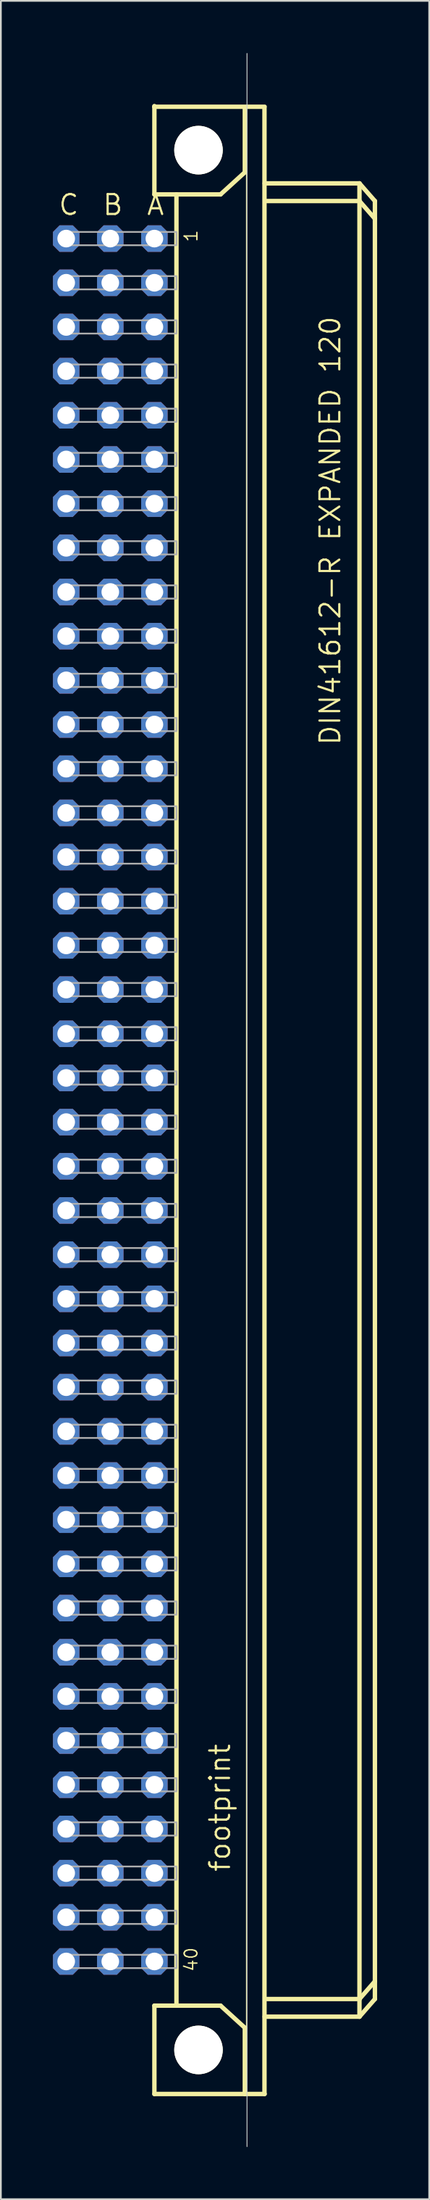
<source format=kicad_pcb>
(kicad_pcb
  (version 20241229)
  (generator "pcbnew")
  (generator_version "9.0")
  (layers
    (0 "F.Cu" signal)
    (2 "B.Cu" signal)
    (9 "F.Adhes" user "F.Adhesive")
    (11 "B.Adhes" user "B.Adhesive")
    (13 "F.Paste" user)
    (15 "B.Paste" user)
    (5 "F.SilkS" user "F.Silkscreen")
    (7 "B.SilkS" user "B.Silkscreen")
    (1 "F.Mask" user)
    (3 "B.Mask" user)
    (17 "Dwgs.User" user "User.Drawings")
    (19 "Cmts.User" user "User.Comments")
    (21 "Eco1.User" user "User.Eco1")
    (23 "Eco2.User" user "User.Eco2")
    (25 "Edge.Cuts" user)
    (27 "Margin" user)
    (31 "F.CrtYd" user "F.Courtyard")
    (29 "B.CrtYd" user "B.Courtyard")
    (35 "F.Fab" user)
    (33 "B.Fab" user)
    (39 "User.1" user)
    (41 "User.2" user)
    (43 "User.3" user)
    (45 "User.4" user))
  (footprint "footprint"
    (layer "F.Cu")
    (at 8.382 60.198)
    (property "Reference" "footprint" (at 1.905 44.45 90) (layer "F.SilkS") (effects (font (size 1.143 1.143) (thickness 0.127)) (justify left bottom)))
    (fp_line (start -2.54 -57.15) (end -2.54 -57.11) (stroke (width 0.254) (type solid)) (layer "F.SilkS"))
    (fp_line (start -2.54 -57.11) (end -2.54 -52.07) (stroke (width 0.254) (type solid)) (layer "F.SilkS"))
    (fp_line (start -2.54 -57.11) (end 3.81 -57.11) (stroke (width 0.254) (type solid)) (layer "F.SilkS"))
    (fp_line (start -2.54 -52.07) (end -1.27 -52.07) (stroke (width 0.254) (type solid)) (layer "F.SilkS"))
    (fp_line (start -2.54 52.07) (end -1.27 52.07) (stroke (width 0.254) (type solid)) (layer "F.SilkS"))
    (fp_line (start -2.54 57.15) (end -2.54 52.07) (stroke (width 0.254) (type solid)) (layer "F.SilkS"))
    (fp_line (start -2.54 57.15) (end 2.667 57.15) (stroke (width 0.254) (type solid)) (layer "F.SilkS"))
    (fp_line (start -1.27 -52.07) (end -1.27 52.07) (stroke (width 0.254) (type solid)) (layer "F.SilkS"))
    (fp_line (start -1.27 -52.07) (end 1.27 -52.07) (stroke (width 0.254) (type solid)) (layer "F.SilkS"))
    (fp_line (start -1.27 52.07) (end 1.27 52.07) (stroke (width 0.254) (type solid)) (layer "F.SilkS"))
    (fp_line (start 1.27 -52.07) (end 2.667 -53.34) (stroke (width 0.254) (type solid)) (layer "F.SilkS"))
    (fp_line (start 1.27 52.07) (end 2.667 53.34) (stroke (width 0.254) (type solid)) (layer "F.SilkS"))
    (fp_line (start 2.667 -53.34) (end 2.667 -57.023) (stroke (width 0.254) (type solid)) (layer "F.SilkS"))
    (fp_line (start 2.667 53.34) (end 2.667 57.15) (stroke (width 0.254) (type solid)) (layer "F.SilkS"))
    (fp_line (start 2.667 57.15) (end 3.81 57.15) (stroke (width 0.254) (type solid)) (layer "F.SilkS"))
    (fp_line (start 2.76 -57.02) (end 2.76 57.147) (stroke (width 0.051) (type solid)) (layer "F.SilkS"))
    (fp_line (start 3.8 57.147) (end 3.8 -57.02) (stroke (width 0.254) (type solid)) (layer "F.SilkS"))
    (fp_line (start 3.81 -52.705) (end 9.271 -52.705) (stroke (width 0.254) (type solid)) (layer "F.SilkS"))
    (fp_line (start 3.937 51.689) (end 9.271 51.689) (stroke (width 0.254) (type solid)) (layer "F.SilkS"))
    (fp_line (start 9.271 -51.689) (end 3.937 -51.689) (stroke (width 0.254) (type solid)) (layer "F.SilkS"))
    (fp_line (start 9.271 -51.689) (end 9.271 -52.705) (stroke (width 0.254) (type solid)) (layer "F.SilkS"))
    (fp_line (start 9.271 51.689) (end 9.271 -51.689) (stroke (width 0.254) (type solid)) (layer "F.SilkS"))
    (fp_line (start 9.271 51.689) (end 10.16 50.673) (stroke (width 0.254) (type solid)) (layer "F.SilkS"))
    (fp_line (start 9.271 52.705) (end 3.81 52.705) (stroke (width 0.254) (type solid)) (layer "F.SilkS"))
    (fp_line (start 9.271 52.705) (end 9.271 51.689) (stroke (width 0.254) (type solid)) (layer "F.SilkS"))
    (fp_line (start 9.271 52.705) (end 10.16 51.689) (stroke (width 0.254) (type solid)) (layer "F.SilkS"))
    (fp_line (start 10.16 -51.689) (end 9.271 -52.705) (stroke (width 0.254) (type solid)) (layer "F.SilkS"))
    (fp_line (start 10.16 -50.673) (end 9.271 -51.689) (stroke (width 0.254) (type solid)) (layer "F.SilkS"))
    (fp_line (start 10.16 -50.673) (end 10.16 -51.689) (stroke (width 0.254) (type solid)) (layer "F.SilkS"))
    (fp_line (start 10.16 50.673) (end 10.16 -50.673) (stroke (width 0.254) (type solid)) (layer "F.SilkS"))
    (fp_line (start 10.16 51.689) (end 10.16 50.673) (stroke (width 0.254) (type solid)) (layer "F.SilkS"))
    (fp_circle (center 0 -54.616) (end 1.27 -54.616) (stroke (width 0.254) (type solid)) (fill no) (layer "F.SilkS"))
    (fp_circle (center 0 54.616) (end 1.27 54.616) (stroke (width 0.254) (type solid)) (fill no) (layer "F.SilkS"))
    (fp_line (start 2.794 60.173) (end 2.794 -60.173) (stroke (width 0.05) (type solid)) (layer "Edge.Cuts"))
    (fp_poly (pts (xy -7.874 -49.149) (xy -1.27 -49.149) (xy -1.27 -49.911) (xy -7.874 -49.911)) (stroke (width 0.1) (type solid)) (fill no) (layer "F.Fab"))
    (fp_poly (pts (xy -7.874 -46.609) (xy -1.27 -46.609) (xy -1.27 -47.371) (xy -7.874 -47.371)) (stroke (width 0.1) (type solid)) (fill no) (layer "F.Fab"))
    (fp_poly (pts (xy -7.874 -44.069) (xy -1.27 -44.069) (xy -1.27 -44.831) (xy -7.874 -44.831)) (stroke (width 0.1) (type solid)) (fill no) (layer "F.Fab"))
    (fp_poly (pts (xy -7.874 -41.529) (xy -1.27 -41.529) (xy -1.27 -42.291) (xy -7.874 -42.291)) (stroke (width 0.1) (type solid)) (fill no) (layer "F.Fab"))
    (fp_poly (pts (xy -7.874 -38.989) (xy -1.27 -38.989) (xy -1.27 -39.751) (xy -7.874 -39.751)) (stroke (width 0.1) (type solid)) (fill no) (layer "F.Fab"))
    (fp_poly (pts (xy -7.874 -36.449) (xy -1.27 -36.449) (xy -1.27 -37.211) (xy -7.874 -37.211)) (stroke (width 0.1) (type solid)) (fill no) (layer "F.Fab"))
    (fp_poly (pts (xy -7.874 -33.909) (xy -1.27 -33.909) (xy -1.27 -34.671) (xy -7.874 -34.671)) (stroke (width 0.1) (type solid)) (fill no) (layer "F.Fab"))
    (fp_poly (pts (xy -7.874 -31.369) (xy -1.27 -31.369) (xy -1.27 -32.131) (xy -7.874 -32.131)) (stroke (width 0.1) (type solid)) (fill no) (layer "F.Fab"))
    (fp_poly (pts (xy -7.874 -28.829) (xy -1.27 -28.829) (xy -1.27 -29.591) (xy -7.874 -29.591)) (stroke (width 0.1) (type solid)) (fill no) (layer "F.Fab"))
    (fp_poly (pts (xy -7.874 -26.289) (xy -1.27 -26.289) (xy -1.27 -27.051) (xy -7.874 -27.051)) (stroke (width 0.1) (type solid)) (fill no) (layer "F.Fab"))
    (fp_poly (pts (xy -7.874 -23.749) (xy -1.27 -23.749) (xy -1.27 -24.511) (xy -7.874 -24.511)) (stroke (width 0.1) (type solid)) (fill no) (layer "F.Fab"))
    (fp_poly (pts (xy -7.874 -21.209) (xy -1.27 -21.209) (xy -1.27 -21.971) (xy -7.874 -21.971)) (stroke (width 0.1) (type solid)) (fill no) (layer "F.Fab"))
    (fp_poly (pts (xy -7.874 -18.669) (xy -1.27 -18.669) (xy -1.27 -19.431) (xy -7.874 -19.431)) (stroke (width 0.1) (type solid)) (fill no) (layer "F.Fab"))
    (fp_poly (pts (xy -7.874 -16.129) (xy -1.27 -16.129) (xy -1.27 -16.891) (xy -7.874 -16.891)) (stroke (width 0.1) (type solid)) (fill no) (layer "F.Fab"))
    (fp_poly (pts (xy -7.874 -13.589) (xy -1.27 -13.589) (xy -1.27 -14.351) (xy -7.874 -14.351)) (stroke (width 0.1) (type solid)) (fill no) (layer "F.Fab"))
    (fp_poly (pts (xy -7.874 -11.049) (xy -1.27 -11.049) (xy -1.27 -11.811) (xy -7.874 -11.811)) (stroke (width 0.1) (type solid)) (fill no) (layer "F.Fab"))
    (fp_poly (pts (xy -7.874 -8.509) (xy -1.27 -8.509) (xy -1.27 -9.271) (xy -7.874 -9.271)) (stroke (width 0.1) (type solid)) (fill no) (layer "F.Fab"))
    (fp_poly (pts (xy -7.874 -5.969) (xy -1.27 -5.969) (xy -1.27 -6.731) (xy -7.874 -6.731)) (stroke (width 0.1) (type solid)) (fill no) (layer "F.Fab"))
    (fp_poly (pts (xy -7.874 -3.429) (xy -1.27 -3.429) (xy -1.27 -4.191) (xy -7.874 -4.191)) (stroke (width 0.1) (type solid)) (fill no) (layer "F.Fab"))
    (fp_poly (pts (xy -7.874 -0.889) (xy -1.27 -0.889) (xy -1.27 -1.651) (xy -7.874 -1.651)) (stroke (width 0.1) (type solid)) (fill no) (layer "F.Fab"))
    (fp_poly (pts (xy -7.874 1.651) (xy -1.27 1.651) (xy -1.27 0.889) (xy -7.874 0.889)) (stroke (width 0.1) (type solid)) (fill no) (layer "F.Fab"))
    (fp_poly (pts (xy -7.874 4.191) (xy -1.27 4.191) (xy -1.27 3.429) (xy -7.874 3.429)) (stroke (width 0.1) (type solid)) (fill no) (layer "F.Fab"))
    (fp_poly (pts (xy -7.874 6.731) (xy -1.27 6.731) (xy -1.27 5.969) (xy -7.874 5.969)) (stroke (width 0.1) (type solid)) (fill no) (layer "F.Fab"))
    (fp_poly (pts (xy -7.874 9.271) (xy -1.27 9.271) (xy -1.27 8.509) (xy -7.874 8.509)) (stroke (width 0.1) (type solid)) (fill no) (layer "F.Fab"))
    (fp_poly (pts (xy -7.874 11.811) (xy -1.27 11.811) (xy -1.27 11.049) (xy -7.874 11.049)) (stroke (width 0.1) (type solid)) (fill no) (layer "F.Fab"))
    (fp_poly (pts (xy -7.874 14.351) (xy -1.27 14.351) (xy -1.27 13.589) (xy -7.874 13.589)) (stroke (width 0.1) (type solid)) (fill no) (layer "F.Fab"))
    (fp_poly (pts (xy -7.874 16.891) (xy -1.27 16.891) (xy -1.27 16.129) (xy -7.874 16.129)) (stroke (width 0.1) (type solid)) (fill no) (layer "F.Fab"))
    (fp_poly (pts (xy -7.874 19.431) (xy -1.27 19.431) (xy -1.27 18.669) (xy -7.874 18.669)) (stroke (width 0.1) (type solid)) (fill no) (layer "F.Fab"))
    (fp_poly (pts (xy -7.874 21.971) (xy -1.27 21.971) (xy -1.27 21.209) (xy -7.874 21.209)) (stroke (width 0.1) (type solid)) (fill no) (layer "F.Fab"))
    (fp_poly (pts (xy -7.874 24.511) (xy -1.27 24.511) (xy -1.27 23.749) (xy -7.874 23.749)) (stroke (width 0.1) (type solid)) (fill no) (layer "F.Fab"))
    (fp_poly (pts (xy -7.874 27.051) (xy -1.27 27.051) (xy -1.27 26.289) (xy -7.874 26.289)) (stroke (width 0.1) (type solid)) (fill no) (layer "F.Fab"))
    (fp_poly (pts (xy -7.874 29.591) (xy -1.27 29.591) (xy -1.27 28.829) (xy -7.874 28.829)) (stroke (width 0.1) (type solid)) (fill no) (layer "F.Fab"))
    (fp_poly (pts (xy -7.874 32.131) (xy -1.27 32.131) (xy -1.27 31.369) (xy -7.874 31.369)) (stroke (width 0.1) (type solid)) (fill no) (layer "F.Fab"))
    (fp_poly (pts (xy -7.874 34.671) (xy -1.27 34.671) (xy -1.27 33.909) (xy -7.874 33.909)) (stroke (width 0.1) (type solid)) (fill no) (layer "F.Fab"))
    (fp_poly (pts (xy -7.874 37.211) (xy -1.27 37.211) (xy -1.27 36.449) (xy -7.874 36.449)) (stroke (width 0.1) (type solid)) (fill no) (layer "F.Fab"))
    (fp_poly (pts (xy -7.874 39.751) (xy -1.27 39.751) (xy -1.27 38.989) (xy -7.874 38.989)) (stroke (width 0.1) (type solid)) (fill no) (layer "F.Fab"))
    (fp_poly (pts (xy -7.874 42.291) (xy -1.27 42.291) (xy -1.27 41.529) (xy -7.874 41.529)) (stroke (width 0.1) (type solid)) (fill no) (layer "F.Fab"))
    (fp_poly (pts (xy -7.874 44.831) (xy -1.27 44.831) (xy -1.27 44.069) (xy -7.874 44.069)) (stroke (width 0.1) (type solid)) (fill no) (layer "F.Fab"))
    (fp_poly (pts (xy -7.874 47.371) (xy -1.27 47.371) (xy -1.27 46.609) (xy -7.874 46.609)) (stroke (width 0.1) (type solid)) (fill no) (layer "F.Fab"))
    (fp_poly (pts (xy -7.874 49.911) (xy -1.27 49.911) (xy -1.27 49.149) (xy -7.874 49.149)) (stroke (width 0.1) (type solid)) (fill no) (layer "F.Fab"))
    (fp_text user "B" (at -5.588 -50.8 0) (layer "F.SilkS") (effects (font (size 1.143 1.143) (thickness 0.127)) (justify left bottom)))
    (fp_text user "DIN41612-R EXPANDED 120" (at 8.255 -20.32 90) (layer "F.SilkS") (effects (font (size 1.143 1.143) (thickness 0.127)) (justify left bottom)))
    (fp_text user "40" (at 0 50.165 90) (layer "F.SilkS") (effects (font (size 0.732 0.732) (thickness 0.081)) (justify left bottom)))
    (fp_text user "C" (at -8.128 -50.8 0) (layer "F.SilkS") (effects (font (size 1.143 1.143) (thickness 0.127)) (justify left bottom)))
    (fp_text user "A" (at -3.048 -50.8 0) (layer "F.SilkS") (effects (font (size 1.143 1.143) (thickness 0.127)) (justify left bottom)))
    (fp_text user "1" (at 0 -49.276 90) (layer "F.SilkS") (effects (font (size 0.732 0.732) (thickness 0.081)) (justify left bottom)))
    (pad "" np_thru_hole circle (at 0 -54.616) (size 2.794 2.794) (drill 2.794) (layers "*.Cu" "*.Mask"))
    (pad "" np_thru_hole circle (at 0 54.616) (size 2.794 2.794) (drill 2.794) (layers "*.Cu" "*.Mask"))
    (pad "A1" thru_hole roundrect (at -2.54 -49.53) (size 1.524 1.524) (drill 1.016) (layers "*.Cu" "*.Mask") (roundrect_rratio 0.25) (chamfer_ratio 0.25) (chamfer top_left top_right bottom_left bottom_right))
    (pad "A2" thru_hole roundrect (at -2.54 -46.99) (size 1.524 1.524) (drill 1.016) (layers "*.Cu" "*.Mask") (roundrect_rratio 0.25) (chamfer_ratio 0.25) (chamfer top_left top_right bottom_left bottom_right))
    (pad "A3" thru_hole roundrect (at -2.54 -44.45) (size 1.524 1.524) (drill 1.016) (layers "*.Cu" "*.Mask") (roundrect_rratio 0.25) (chamfer_ratio 0.25) (chamfer top_left top_right bottom_left bottom_right))
    (pad "A4" thru_hole roundrect (at -2.54 -41.91) (size 1.524 1.524) (drill 1.016) (layers "*.Cu" "*.Mask") (roundrect_rratio 0.25) (chamfer_ratio 0.25) (chamfer top_left top_right bottom_left bottom_right))
    (pad "A5" thru_hole roundrect (at -2.54 -39.37) (size 1.524 1.524) (drill 1.016) (layers "*.Cu" "*.Mask") (roundrect_rratio 0.25) (chamfer_ratio 0.25) (chamfer top_left top_right bottom_left bottom_right))
    (pad "A6" thru_hole roundrect (at -2.54 -36.83) (size 1.524 1.524) (drill 1.016) (layers "*.Cu" "*.Mask") (roundrect_rratio 0.25) (chamfer_ratio 0.25) (chamfer top_left top_right bottom_left bottom_right))
    (pad "A7" thru_hole roundrect (at -2.54 -34.29) (size 1.524 1.524) (drill 1.016) (layers "*.Cu" "*.Mask") (roundrect_rratio 0.25) (chamfer_ratio 0.25) (chamfer top_left top_right bottom_left bottom_right))
    (pad "A8" thru_hole roundrect (at -2.54 -31.75) (size 1.524 1.524) (drill 1.016) (layers "*.Cu" "*.Mask") (roundrect_rratio 0.25) (chamfer_ratio 0.25) (chamfer top_left top_right bottom_left bottom_right))
    (pad "A9" thru_hole roundrect (at -2.54 -29.21) (size 1.524 1.524) (drill 1.016) (layers "*.Cu" "*.Mask") (roundrect_rratio 0.25) (chamfer_ratio 0.25) (chamfer top_left top_right bottom_left bottom_right))
    (pad "A10" thru_hole roundrect (at -2.54 -26.67) (size 1.524 1.524) (drill 1.016) (layers "*.Cu" "*.Mask") (roundrect_rratio 0.25) (chamfer_ratio 0.25) (chamfer top_left top_right bottom_left bottom_right))
    (pad "A11" thru_hole roundrect (at -2.54 -24.13) (size 1.524 1.524) (drill 1.016) (layers "*.Cu" "*.Mask") (roundrect_rratio 0.25) (chamfer_ratio 0.25) (chamfer top_left top_right bottom_left bottom_right))
    (pad "A12" thru_hole roundrect (at -2.54 -21.59) (size 1.524 1.524) (drill 1.016) (layers "*.Cu" "*.Mask") (roundrect_rratio 0.25) (chamfer_ratio 0.25) (chamfer top_left top_right bottom_left bottom_right))
    (pad "A13" thru_hole roundrect (at -2.54 -19.05) (size 1.524 1.524) (drill 1.016) (layers "*.Cu" "*.Mask") (roundrect_rratio 0.25) (chamfer_ratio 0.25) (chamfer top_left top_right bottom_left bottom_right))
    (pad "A14" thru_hole roundrect (at -2.54 -16.51) (size 1.524 1.524) (drill 1.016) (layers "*.Cu" "*.Mask") (roundrect_rratio 0.25) (chamfer_ratio 0.25) (chamfer top_left top_right bottom_left bottom_right))
    (pad "A15" thru_hole roundrect (at -2.54 -13.97) (size 1.524 1.524) (drill 1.016) (layers "*.Cu" "*.Mask") (roundrect_rratio 0.25) (chamfer_ratio 0.25) (chamfer top_left top_right bottom_left bottom_right))
    (pad "A16" thru_hole roundrect (at -2.54 -11.43) (size 1.524 1.524) (drill 1.016) (layers "*.Cu" "*.Mask") (roundrect_rratio 0.25) (chamfer_ratio 0.25) (chamfer top_left top_right bottom_left bottom_right))
    (pad "A17" thru_hole roundrect (at -2.54 -8.89) (size 1.524 1.524) (drill 1.016) (layers "*.Cu" "*.Mask") (roundrect_rratio 0.25) (chamfer_ratio 0.25) (chamfer top_left top_right bottom_left bottom_right))
    (pad "A18" thru_hole roundrect (at -2.54 -6.35) (size 1.524 1.524) (drill 1.016) (layers "*.Cu" "*.Mask") (roundrect_rratio 0.25) (chamfer_ratio 0.25) (chamfer top_left top_right bottom_left bottom_right))
    (pad "A19" thru_hole roundrect (at -2.54 -3.81) (size 1.524 1.524) (drill 1.016) (layers "*.Cu" "*.Mask") (roundrect_rratio 0.25) (chamfer_ratio 0.25) (chamfer top_left top_right bottom_left bottom_right))
    (pad "A20" thru_hole roundrect (at -2.54 -1.27) (size 1.524 1.524) (drill 1.016) (layers "*.Cu" "*.Mask") (roundrect_rratio 0.25) (chamfer_ratio 0.25) (chamfer top_left top_right bottom_left bottom_right))
    (pad "A21" thru_hole roundrect (at -2.54 1.27) (size 1.524 1.524) (drill 1.016) (layers "*.Cu" "*.Mask") (roundrect_rratio 0.25) (chamfer_ratio 0.25) (chamfer top_left top_right bottom_left bottom_right))
    (pad "A22" thru_hole roundrect (at -2.54 3.81) (size 1.524 1.524) (drill 1.016) (layers "*.Cu" "*.Mask") (roundrect_rratio 0.25) (chamfer_ratio 0.25) (chamfer top_left top_right bottom_left bottom_right))
    (pad "A23" thru_hole roundrect (at -2.54 6.35) (size 1.524 1.524) (drill 1.016) (layers "*.Cu" "*.Mask") (roundrect_rratio 0.25) (chamfer_ratio 0.25) (chamfer top_left top_right bottom_left bottom_right))
    (pad "A24" thru_hole roundrect (at -2.54 8.89) (size 1.524 1.524) (drill 1.016) (layers "*.Cu" "*.Mask") (roundrect_rratio 0.25) (chamfer_ratio 0.25) (chamfer top_left top_right bottom_left bottom_right))
    (pad "A25" thru_hole roundrect (at -2.54 11.43) (size 1.524 1.524) (drill 1.016) (layers "*.Cu" "*.Mask") (roundrect_rratio 0.25) (chamfer_ratio 0.25) (chamfer top_left top_right bottom_left bottom_right))
    (pad "A26" thru_hole roundrect (at -2.54 13.97) (size 1.524 1.524) (drill 1.016) (layers "*.Cu" "*.Mask") (roundrect_rratio 0.25) (chamfer_ratio 0.25) (chamfer top_left top_right bottom_left bottom_right))
    (pad "A27" thru_hole roundrect (at -2.54 16.51) (size 1.524 1.524) (drill 1.016) (layers "*.Cu" "*.Mask") (roundrect_rratio 0.25) (chamfer_ratio 0.25) (chamfer top_left top_right bottom_left bottom_right))
    (pad "A28" thru_hole roundrect (at -2.54 19.05) (size 1.524 1.524) (drill 1.016) (layers "*.Cu" "*.Mask") (roundrect_rratio 0.25) (chamfer_ratio 0.25) (chamfer top_left top_right bottom_left bottom_right))
    (pad "A29" thru_hole roundrect (at -2.54 21.59) (size 1.524 1.524) (drill 1.016) (layers "*.Cu" "*.Mask") (roundrect_rratio 0.25) (chamfer_ratio 0.25) (chamfer top_left top_right bottom_left bottom_right))
    (pad "A30" thru_hole roundrect (at -2.54 24.13) (size 1.524 1.524) (drill 1.016) (layers "*.Cu" "*.Mask") (roundrect_rratio 0.25) (chamfer_ratio 0.25) (chamfer top_left top_right bottom_left bottom_right))
    (pad "A31" thru_hole roundrect (at -2.54 26.67) (size 1.524 1.524) (drill 1.016) (layers "*.Cu" "*.Mask") (roundrect_rratio 0.25) (chamfer_ratio 0.25) (chamfer top_left top_right bottom_left bottom_right))
    (pad "A32" thru_hole roundrect (at -2.54 29.21) (size 1.524 1.524) (drill 1.016) (layers "*.Cu" "*.Mask") (roundrect_rratio 0.25) (chamfer_ratio 0.25) (chamfer top_left top_right bottom_left bottom_right))
    (pad "A33" thru_hole roundrect (at -2.54 31.75) (size 1.524 1.524) (drill 1.016) (layers "*.Cu" "*.Mask") (roundrect_rratio 0.25) (chamfer_ratio 0.25) (chamfer top_left top_right bottom_left bottom_right))
    (pad "A34" thru_hole roundrect (at -2.54 34.29) (size 1.524 1.524) (drill 1.016) (layers "*.Cu" "*.Mask") (roundrect_rratio 0.25) (chamfer_ratio 0.25) (chamfer top_left top_right bottom_left bottom_right))
    (pad "A35" thru_hole roundrect (at -2.54 36.83) (size 1.524 1.524) (drill 1.016) (layers "*.Cu" "*.Mask") (roundrect_rratio 0.25) (chamfer_ratio 0.25) (chamfer top_left top_right bottom_left bottom_right))
    (pad "A36" thru_hole roundrect (at -2.54 39.37) (size 1.524 1.524) (drill 1.016) (layers "*.Cu" "*.Mask") (roundrect_rratio 0.25) (chamfer_ratio 0.25) (chamfer top_left top_right bottom_left bottom_right))
    (pad "A37" thru_hole roundrect (at -2.54 41.91) (size 1.524 1.524) (drill 1.016) (layers "*.Cu" "*.Mask") (roundrect_rratio 0.25) (chamfer_ratio 0.25) (chamfer top_left top_right bottom_left bottom_right))
    (pad "A38" thru_hole roundrect (at -2.54 44.45) (size 1.524 1.524) (drill 1.016) (layers "*.Cu" "*.Mask") (roundrect_rratio 0.25) (chamfer_ratio 0.25) (chamfer top_left top_right bottom_left bottom_right))
    (pad "A39" thru_hole roundrect (at -2.54 46.99) (size 1.524 1.524) (drill 1.016) (layers "*.Cu" "*.Mask") (roundrect_rratio 0.25) (chamfer_ratio 0.25) (chamfer top_left top_right bottom_left bottom_right))
    (pad "A40" thru_hole roundrect (at -2.54 49.53) (size 1.524 1.524) (drill 1.016) (layers "*.Cu" "*.Mask") (roundrect_rratio 0.25) (chamfer_ratio 0.25) (chamfer top_left top_right bottom_left bottom_right))
    (pad "B1" thru_hole roundrect (at -5.08 -49.53) (size 1.524 1.524) (drill 1.016) (layers "*.Cu" "*.Mask") (roundrect_rratio 0.25) (chamfer_ratio 0.25) (chamfer top_left top_right bottom_left bottom_right))
    (pad "B2" thru_hole roundrect (at -5.08 -46.99) (size 1.524 1.524) (drill 1.016) (layers "*.Cu" "*.Mask") (roundrect_rratio 0.25) (chamfer_ratio 0.25) (chamfer top_left top_right bottom_left bottom_right))
    (pad "B3" thru_hole roundrect (at -5.08 -44.45) (size 1.524 1.524) (drill 1.016) (layers "*.Cu" "*.Mask") (roundrect_rratio 0.25) (chamfer_ratio 0.25) (chamfer top_left top_right bottom_left bottom_right))
    (pad "B4" thru_hole roundrect (at -5.08 -41.91) (size 1.524 1.524) (drill 1.016) (layers "*.Cu" "*.Mask") (roundrect_rratio 0.25) (chamfer_ratio 0.25) (chamfer top_left top_right bottom_left bottom_right))
    (pad "B5" thru_hole roundrect (at -5.08 -39.37) (size 1.524 1.524) (drill 1.016) (layers "*.Cu" "*.Mask") (roundrect_rratio 0.25) (chamfer_ratio 0.25) (chamfer top_left top_right bottom_left bottom_right))
    (pad "B6" thru_hole roundrect (at -5.08 -36.83) (size 1.524 1.524) (drill 1.016) (layers "*.Cu" "*.Mask") (roundrect_rratio 0.25) (chamfer_ratio 0.25) (chamfer top_left top_right bottom_left bottom_right))
    (pad "B7" thru_hole roundrect (at -5.08 -34.29) (size 1.524 1.524) (drill 1.016) (layers "*.Cu" "*.Mask") (roundrect_rratio 0.25) (chamfer_ratio 0.25) (chamfer top_left top_right bottom_left bottom_right))
    (pad "B8" thru_hole roundrect (at -5.08 -31.75) (size 1.524 1.524) (drill 1.016) (layers "*.Cu" "*.Mask") (roundrect_rratio 0.25) (chamfer_ratio 0.25) (chamfer top_left top_right bottom_left bottom_right))
    (pad "B9" thru_hole roundrect (at -5.08 -29.21) (size 1.524 1.524) (drill 1.016) (layers "*.Cu" "*.Mask") (roundrect_rratio 0.25) (chamfer_ratio 0.25) (chamfer top_left top_right bottom_left bottom_right))
    (pad "B10" thru_hole roundrect (at -5.08 -26.67) (size 1.524 1.524) (drill 1.016) (layers "*.Cu" "*.Mask") (roundrect_rratio 0.25) (chamfer_ratio 0.25) (chamfer top_left top_right bottom_left bottom_right))
    (pad "B11" thru_hole roundrect (at -5.08 -24.13) (size 1.524 1.524) (drill 1.016) (layers "*.Cu" "*.Mask") (roundrect_rratio 0.25) (chamfer_ratio 0.25) (chamfer top_left top_right bottom_left bottom_right))
    (pad "B12" thru_hole roundrect (at -5.08 -21.59) (size 1.524 1.524) (drill 1.016) (layers "*.Cu" "*.Mask") (roundrect_rratio 0.25) (chamfer_ratio 0.25) (chamfer top_left top_right bottom_left bottom_right))
    (pad "B13" thru_hole roundrect (at -5.08 -19.05) (size 1.524 1.524) (drill 1.016) (layers "*.Cu" "*.Mask") (roundrect_rratio 0.25) (chamfer_ratio 0.25) (chamfer top_left top_right bottom_left bottom_right))
    (pad "B14" thru_hole roundrect (at -5.08 -16.51) (size 1.524 1.524) (drill 1.016) (layers "*.Cu" "*.Mask") (roundrect_rratio 0.25) (chamfer_ratio 0.25) (chamfer top_left top_right bottom_left bottom_right))
    (pad "B15" thru_hole roundrect (at -5.08 -13.97) (size 1.524 1.524) (drill 1.016) (layers "*.Cu" "*.Mask") (roundrect_rratio 0.25) (chamfer_ratio 0.25) (chamfer top_left top_right bottom_left bottom_right))
    (pad "B16" thru_hole roundrect (at -5.08 -11.43) (size 1.524 1.524) (drill 1.016) (layers "*.Cu" "*.Mask") (roundrect_rratio 0.25) (chamfer_ratio 0.25) (chamfer top_left top_right bottom_left bottom_right))
    (pad "B17" thru_hole roundrect (at -5.08 -8.89) (size 1.524 1.524) (drill 1.016) (layers "*.Cu" "*.Mask") (roundrect_rratio 0.25) (chamfer_ratio 0.25) (chamfer top_left top_right bottom_left bottom_right))
    (pad "B18" thru_hole roundrect (at -5.08 -6.35) (size 1.524 1.524) (drill 1.016) (layers "*.Cu" "*.Mask") (roundrect_rratio 0.25) (chamfer_ratio 0.25) (chamfer top_left top_right bottom_left bottom_right))
    (pad "B19" thru_hole roundrect (at -5.08 -3.81) (size 1.524 1.524) (drill 1.016) (layers "*.Cu" "*.Mask") (roundrect_rratio 0.25) (chamfer_ratio 0.25) (chamfer top_left top_right bottom_left bottom_right))
    (pad "B20" thru_hole roundrect (at -5.08 -1.27) (size 1.524 1.524) (drill 1.016) (layers "*.Cu" "*.Mask") (roundrect_rratio 0.25) (chamfer_ratio 0.25) (chamfer top_left top_right bottom_left bottom_right))
    (pad "B21" thru_hole roundrect (at -5.08 1.27) (size 1.524 1.524) (drill 1.016) (layers "*.Cu" "*.Mask") (roundrect_rratio 0.25) (chamfer_ratio 0.25) (chamfer top_left top_right bottom_left bottom_right))
    (pad "B22" thru_hole roundrect (at -5.08 3.81) (size 1.524 1.524) (drill 1.016) (layers "*.Cu" "*.Mask") (roundrect_rratio 0.25) (chamfer_ratio 0.25) (chamfer top_left top_right bottom_left bottom_right))
    (pad "B23" thru_hole roundrect (at -5.08 6.35) (size 1.524 1.524) (drill 1.016) (layers "*.Cu" "*.Mask") (roundrect_rratio 0.25) (chamfer_ratio 0.25) (chamfer top_left top_right bottom_left bottom_right))
    (pad "B24" thru_hole roundrect (at -5.08 8.89) (size 1.524 1.524) (drill 1.016) (layers "*.Cu" "*.Mask") (roundrect_rratio 0.25) (chamfer_ratio 0.25) (chamfer top_left top_right bottom_left bottom_right))
    (pad "B25" thru_hole roundrect (at -5.08 11.43) (size 1.524 1.524) (drill 1.016) (layers "*.Cu" "*.Mask") (roundrect_rratio 0.25) (chamfer_ratio 0.25) (chamfer top_left top_right bottom_left bottom_right))
    (pad "B26" thru_hole roundrect (at -5.08 13.97) (size 1.524 1.524) (drill 1.016) (layers "*.Cu" "*.Mask") (roundrect_rratio 0.25) (chamfer_ratio 0.25) (chamfer top_left top_right bottom_left bottom_right))
    (pad "B27" thru_hole roundrect (at -5.08 16.51) (size 1.524 1.524) (drill 1.016) (layers "*.Cu" "*.Mask") (roundrect_rratio 0.25) (chamfer_ratio 0.25) (chamfer top_left top_right bottom_left bottom_right))
    (pad "B28" thru_hole roundrect (at -5.08 19.05) (size 1.524 1.524) (drill 1.016) (layers "*.Cu" "*.Mask") (roundrect_rratio 0.25) (chamfer_ratio 0.25) (chamfer top_left top_right bottom_left bottom_right))
    (pad "B29" thru_hole roundrect (at -5.08 21.59) (size 1.524 1.524) (drill 1.016) (layers "*.Cu" "*.Mask") (roundrect_rratio 0.25) (chamfer_ratio 0.25) (chamfer top_left top_right bottom_left bottom_right))
    (pad "B30" thru_hole roundrect (at -5.08 24.13) (size 1.524 1.524) (drill 1.016) (layers "*.Cu" "*.Mask") (roundrect_rratio 0.25) (chamfer_ratio 0.25) (chamfer top_left top_right bottom_left bottom_right))
    (pad "B31" thru_hole roundrect (at -5.08 26.67) (size 1.524 1.524) (drill 1.016) (layers "*.Cu" "*.Mask") (roundrect_rratio 0.25) (chamfer_ratio 0.25) (chamfer top_left top_right bottom_left bottom_right))
    (pad "B32" thru_hole roundrect (at -5.08 29.21) (size 1.524 1.524) (drill 1.016) (layers "*.Cu" "*.Mask") (roundrect_rratio 0.25) (chamfer_ratio 0.25) (chamfer top_left top_right bottom_left bottom_right))
    (pad "B33" thru_hole roundrect (at -5.08 31.75) (size 1.524 1.524) (drill 1.016) (layers "*.Cu" "*.Mask") (roundrect_rratio 0.25) (chamfer_ratio 0.25) (chamfer top_left top_right bottom_left bottom_right))
    (pad "B34" thru_hole roundrect (at -5.08 34.29) (size 1.524 1.524) (drill 1.016) (layers "*.Cu" "*.Mask") (roundrect_rratio 0.25) (chamfer_ratio 0.25) (chamfer top_left top_right bottom_left bottom_right))
    (pad "B35" thru_hole roundrect (at -5.08 36.83) (size 1.524 1.524) (drill 1.016) (layers "*.Cu" "*.Mask") (roundrect_rratio 0.25) (chamfer_ratio 0.25) (chamfer top_left top_right bottom_left bottom_right))
    (pad "B36" thru_hole roundrect (at -5.08 39.37) (size 1.524 1.524) (drill 1.016) (layers "*.Cu" "*.Mask") (roundrect_rratio 0.25) (chamfer_ratio 0.25) (chamfer top_left top_right bottom_left bottom_right))
    (pad "B37" thru_hole roundrect (at -5.08 41.91) (size 1.524 1.524) (drill 1.016) (layers "*.Cu" "*.Mask") (roundrect_rratio 0.25) (chamfer_ratio 0.25) (chamfer top_left top_right bottom_left bottom_right))
    (pad "B38" thru_hole roundrect (at -5.08 44.45) (size 1.524 1.524) (drill 1.016) (layers "*.Cu" "*.Mask") (roundrect_rratio 0.25) (chamfer_ratio 0.25) (chamfer top_left top_right bottom_left bottom_right))
    (pad "B39" thru_hole roundrect (at -5.08 46.99) (size 1.524 1.524) (drill 1.016) (layers "*.Cu" "*.Mask") (roundrect_rratio 0.25) (chamfer_ratio 0.25) (chamfer top_left top_right bottom_left bottom_right))
    (pad "B40" thru_hole roundrect (at -5.08 49.53) (size 1.524 1.524) (drill 1.016) (layers "*.Cu" "*.Mask") (roundrect_rratio 0.25) (chamfer_ratio 0.25) (chamfer top_left top_right bottom_left bottom_right))
    (pad "C1" thru_hole roundrect (at -7.62 -49.53) (size 1.524 1.524) (drill 1.016) (layers "*.Cu" "*.Mask") (roundrect_rratio 0.25) (chamfer_ratio 0.25) (chamfer top_left top_right bottom_left bottom_right))
    (pad "C2" thru_hole roundrect (at -7.62 -46.99) (size 1.524 1.524) (drill 1.016) (layers "*.Cu" "*.Mask") (roundrect_rratio 0.25) (chamfer_ratio 0.25) (chamfer top_left top_right bottom_left bottom_right))
    (pad "C3" thru_hole roundrect (at -7.62 -44.45) (size 1.524 1.524) (drill 1.016) (layers "*.Cu" "*.Mask") (roundrect_rratio 0.25) (chamfer_ratio 0.25) (chamfer top_left top_right bottom_left bottom_right))
    (pad "C4" thru_hole roundrect (at -7.62 -41.91) (size 1.524 1.524) (drill 1.016) (layers "*.Cu" "*.Mask") (roundrect_rratio 0.25) (chamfer_ratio 0.25) (chamfer top_left top_right bottom_left bottom_right))
    (pad "C5" thru_hole roundrect (at -7.62 -39.37) (size 1.524 1.524) (drill 1.016) (layers "*.Cu" "*.Mask") (roundrect_rratio 0.25) (chamfer_ratio 0.25) (chamfer top_left top_right bottom_left bottom_right))
    (pad "C6" thru_hole roundrect (at -7.62 -36.83) (size 1.524 1.524) (drill 1.016) (layers "*.Cu" "*.Mask") (roundrect_rratio 0.25) (chamfer_ratio 0.25) (chamfer top_left top_right bottom_left bottom_right))
    (pad "C7" thru_hole roundrect (at -7.62 -34.29) (size 1.524 1.524) (drill 1.016) (layers "*.Cu" "*.Mask") (roundrect_rratio 0.25) (chamfer_ratio 0.25) (chamfer top_left top_right bottom_left bottom_right))
    (pad "C8" thru_hole roundrect (at -7.62 -31.75) (size 1.524 1.524) (drill 1.016) (layers "*.Cu" "*.Mask") (roundrect_rratio 0.25) (chamfer_ratio 0.25) (chamfer top_left top_right bottom_left bottom_right))
    (pad "C9" thru_hole roundrect (at -7.62 -29.21) (size 1.524 1.524) (drill 1.016) (layers "*.Cu" "*.Mask") (roundrect_rratio 0.25) (chamfer_ratio 0.25) (chamfer top_left top_right bottom_left bottom_right))
    (pad "C10" thru_hole roundrect (at -7.62 -26.67) (size 1.524 1.524) (drill 1.016) (layers "*.Cu" "*.Mask") (roundrect_rratio 0.25) (chamfer_ratio 0.25) (chamfer top_left top_right bottom_left bottom_right))
    (pad "C11" thru_hole roundrect (at -7.62 -24.13) (size 1.524 1.524) (drill 1.016) (layers "*.Cu" "*.Mask") (roundrect_rratio 0.25) (chamfer_ratio 0.25) (chamfer top_left top_right bottom_left bottom_right))
    (pad "C12" thru_hole roundrect (at -7.62 -21.59) (size 1.524 1.524) (drill 1.016) (layers "*.Cu" "*.Mask") (roundrect_rratio 0.25) (chamfer_ratio 0.25) (chamfer top_left top_right bottom_left bottom_right))
    (pad "C13" thru_hole roundrect (at -7.62 -19.05) (size 1.524 1.524) (drill 1.016) (layers "*.Cu" "*.Mask") (roundrect_rratio 0.25) (chamfer_ratio 0.25) (chamfer top_left top_right bottom_left bottom_right))
    (pad "C14" thru_hole roundrect (at -7.62 -16.51) (size 1.524 1.524) (drill 1.016) (layers "*.Cu" "*.Mask") (roundrect_rratio 0.25) (chamfer_ratio 0.25) (chamfer top_left top_right bottom_left bottom_right))
    (pad "C15" thru_hole roundrect (at -7.62 -13.97) (size 1.524 1.524) (drill 1.016) (layers "*.Cu" "*.Mask") (roundrect_rratio 0.25) (chamfer_ratio 0.25) (chamfer top_left top_right bottom_left bottom_right))
    (pad "C16" thru_hole roundrect (at -7.62 -11.43) (size 1.524 1.524) (drill 1.016) (layers "*.Cu" "*.Mask") (roundrect_rratio 0.25) (chamfer_ratio 0.25) (chamfer top_left top_right bottom_left bottom_right))
    (pad "C17" thru_hole roundrect (at -7.62 -8.89) (size 1.524 1.524) (drill 1.016) (layers "*.Cu" "*.Mask") (roundrect_rratio 0.25) (chamfer_ratio 0.25) (chamfer top_left top_right bottom_left bottom_right))
    (pad "C18" thru_hole roundrect (at -7.62 -6.35) (size 1.524 1.524) (drill 1.016) (layers "*.Cu" "*.Mask") (roundrect_rratio 0.25) (chamfer_ratio 0.25) (chamfer top_left top_right bottom_left bottom_right))
    (pad "C19" thru_hole roundrect (at -7.62 -3.81) (size 1.524 1.524) (drill 1.016) (layers "*.Cu" "*.Mask") (roundrect_rratio 0.25) (chamfer_ratio 0.25) (chamfer top_left top_right bottom_left bottom_right))
    (pad "C20" thru_hole roundrect (at -7.62 -1.27) (size 1.524 1.524) (drill 1.016) (layers "*.Cu" "*.Mask") (roundrect_rratio 0.25) (chamfer_ratio 0.25) (chamfer top_left top_right bottom_left bottom_right))
    (pad "C21" thru_hole roundrect (at -7.62 1.27) (size 1.524 1.524) (drill 1.016) (layers "*.Cu" "*.Mask") (roundrect_rratio 0.25) (chamfer_ratio 0.25) (chamfer top_left top_right bottom_left bottom_right))
    (pad "C22" thru_hole roundrect (at -7.62 3.81) (size 1.524 1.524) (drill 1.016) (layers "*.Cu" "*.Mask") (roundrect_rratio 0.25) (chamfer_ratio 0.25) (chamfer top_left top_right bottom_left bottom_right))
    (pad "C23" thru_hole roundrect (at -7.62 6.35) (size 1.524 1.524) (drill 1.016) (layers "*.Cu" "*.Mask") (roundrect_rratio 0.25) (chamfer_ratio 0.25) (chamfer top_left top_right bottom_left bottom_right))
    (pad "C24" thru_hole roundrect (at -7.62 8.89) (size 1.524 1.524) (drill 1.016) (layers "*.Cu" "*.Mask") (roundrect_rratio 0.25) (chamfer_ratio 0.25) (chamfer top_left top_right bottom_left bottom_right))
    (pad "C25" thru_hole roundrect (at -7.62 11.43) (size 1.524 1.524) (drill 1.016) (layers "*.Cu" "*.Mask") (roundrect_rratio 0.25) (chamfer_ratio 0.25) (chamfer top_left top_right bottom_left bottom_right))
    (pad "C26" thru_hole roundrect (at -7.62 13.97) (size 1.524 1.524) (drill 1.016) (layers "*.Cu" "*.Mask") (roundrect_rratio 0.25) (chamfer_ratio 0.25) (chamfer top_left top_right bottom_left bottom_right))
    (pad "C27" thru_hole roundrect (at -7.62 16.51) (size 1.524 1.524) (drill 1.016) (layers "*.Cu" "*.Mask") (roundrect_rratio 0.25) (chamfer_ratio 0.25) (chamfer top_left top_right bottom_left bottom_right))
    (pad "C28" thru_hole roundrect (at -7.62 19.05) (size 1.524 1.524) (drill 1.016) (layers "*.Cu" "*.Mask") (roundrect_rratio 0.25) (chamfer_ratio 0.25) (chamfer top_left top_right bottom_left bottom_right))
    (pad "C29" thru_hole roundrect (at -7.62 21.59) (size 1.524 1.524) (drill 1.016) (layers "*.Cu" "*.Mask") (roundrect_rratio 0.25) (chamfer_ratio 0.25) (chamfer top_left top_right bottom_left bottom_right))
    (pad "C30" thru_hole roundrect (at -7.62 24.13) (size 1.524 1.524) (drill 1.016) (layers "*.Cu" "*.Mask") (roundrect_rratio 0.25) (chamfer_ratio 0.25) (chamfer top_left top_right bottom_left bottom_right))
    (pad "C31" thru_hole roundrect (at -7.62 26.67) (size 1.524 1.524) (drill 1.016) (layers "*.Cu" "*.Mask") (roundrect_rratio 0.25) (chamfer_ratio 0.25) (chamfer top_left top_right bottom_left bottom_right))
    (pad "C32" thru_hole roundrect (at -7.62 29.21) (size 1.524 1.524) (drill 1.016) (layers "*.Cu" "*.Mask") (roundrect_rratio 0.25) (chamfer_ratio 0.25) (chamfer top_left top_right bottom_left bottom_right))
    (pad "C33" thru_hole roundrect (at -7.62 31.75) (size 1.524 1.524) (drill 1.016) (layers "*.Cu" "*.Mask") (roundrect_rratio 0.25) (chamfer_ratio 0.25) (chamfer top_left top_right bottom_left bottom_right))
    (pad "C34" thru_hole roundrect (at -7.62 34.29) (size 1.524 1.524) (drill 1.016) (layers "*.Cu" "*.Mask") (roundrect_rratio 0.25) (chamfer_ratio 0.25) (chamfer top_left top_right bottom_left bottom_right))
    (pad "C35" thru_hole roundrect (at -7.62 36.83) (size 1.524 1.524) (drill 1.016) (layers "*.Cu" "*.Mask") (roundrect_rratio 0.25) (chamfer_ratio 0.25) (chamfer top_left top_right bottom_left bottom_right))
    (pad "C36" thru_hole roundrect (at -7.62 39.37) (size 1.524 1.524) (drill 1.016) (layers "*.Cu" "*.Mask") (roundrect_rratio 0.25) (chamfer_ratio 0.25) (chamfer top_left top_right bottom_left bottom_right))
    (pad "C37" thru_hole roundrect (at -7.62 41.91) (size 1.524 1.524) (drill 1.016) (layers "*.Cu" "*.Mask") (roundrect_rratio 0.25) (chamfer_ratio 0.25) (chamfer top_left top_right bottom_left bottom_right))
    (pad "C38" thru_hole roundrect (at -7.62 44.45) (size 1.524 1.524) (drill 1.016) (layers "*.Cu" "*.Mask") (roundrect_rratio 0.25) (chamfer_ratio 0.25) (chamfer top_left top_right bottom_left bottom_right))
    (pad "C39" thru_hole roundrect (at -7.62 46.99) (size 1.524 1.524) (drill 1.016) (layers "*.Cu" "*.Mask") (roundrect_rratio 0.25) (chamfer_ratio 0.25) (chamfer top_left top_right bottom_left bottom_right))
    (pad "C40" thru_hole roundrect (at -7.62 49.53) (size 1.524 1.524) (drill 1.016) (layers "*.Cu" "*.Mask") (roundrect_rratio 0.25) (chamfer_ratio 0.25) (chamfer top_left top_right bottom_left bottom_right))
    (zone (net_name "") (layers "F.Cu" "B.Cu") (hatch edge 0.508) (connect_pads) (min_thickness 0.254) (filled_areas_thickness no) (keepout (tracks allowed) (vias not_allowed) (pads allowed) (copperpour allowed) (footprints allowed)) (placement (enabled no)) (fill) (polygon (pts (xy 11.557 5.581) (xy 11.509 5.03) (xy 11.366 4.495) (xy 11.132 3.994) (xy 10.814 3.54) (xy 10.423 3.149) (xy 9.97 2.832) (xy 9.468 2.598) (xy 8.933 2.454) (xy 8.382 2.406) (xy 7.831 2.454) (xy 7.296 2.598) (xy 6.795 2.832) (xy 6.341 3.149) (xy 5.95 3.54) (xy 5.632 3.994) (xy 5.398 4.495) (xy 5.255 5.03) (xy 5.207 5.581) (xy 5.255 6.133) (xy 5.398 6.667) (xy 5.632 7.169) (xy 5.95 7.622) (xy 6.341 8.013) (xy 6.795 8.331) (xy 7.296 8.565) (xy 7.831 8.708) (xy 8.382 8.756) (xy 8.933 8.708) (xy 9.468 8.565) (xy 9.97 8.331) (xy 10.423 8.013) (xy 10.814 7.622) (xy 11.132 7.169) (xy 11.366 6.667) (xy 11.509 6.133))) (polygon (pts (xy 9.779 5.581) (xy 9.758 5.339) (xy 9.695 5.103) (xy 9.592 4.883) (xy 9.452 4.683) (xy 9.28 4.511) (xy 9.081 4.371) (xy 8.86 4.268) (xy 8.625 4.205) (xy 8.382 4.184) (xy 8.139 4.205) (xy 7.904 4.268) (xy 7.684 4.371) (xy 7.484 4.511) (xy 7.312 4.683) (xy 7.172 4.883) (xy 7.069 5.103) (xy 7.006 5.339) (xy 6.985 5.581) (xy 7.006 5.824) (xy 7.069 6.059) (xy 7.172 6.28) (xy 7.312 6.479) (xy 7.484 6.651) (xy 7.684 6.791) (xy 7.904 6.894) (xy 8.139 6.957) (xy 8.382 6.978) (xy 8.625 6.957) (xy 8.86 6.894) (xy 9.081 6.791) (xy 9.28 6.651) (xy 9.452 6.479) (xy 9.592 6.28) (xy 9.695 6.059) (xy 9.758 5.824))))
    (zone (net_name "") (layers "F.Cu" "B.Cu") (hatch edge 0.508) (connect_pads) (min_thickness 0.254) (filled_areas_thickness no) (keepout (tracks allowed) (vias not_allowed) (pads allowed) (copperpour allowed) (footprints allowed)) (placement (enabled no)) (fill) (polygon (pts (xy 11.557 114.814) (xy 11.509 114.263) (xy 11.366 113.728) (xy 11.132 113.227) (xy 10.814 112.773) (xy 10.423 112.382) (xy 9.97 112.064) (xy 9.468 111.83) (xy 8.933 111.687) (xy 8.382 111.639) (xy 7.831 111.687) (xy 7.296 111.83) (xy 6.795 112.064) (xy 6.341 112.382) (xy 5.95 112.773) (xy 5.632 113.227) (xy 5.398 113.728) (xy 5.255 114.263) (xy 5.207 114.814) (xy 5.255 115.365) (xy 5.398 115.9) (xy 5.632 116.401) (xy 5.95 116.855) (xy 6.341 117.246) (xy 6.795 117.564) (xy 7.296 117.798) (xy 7.831 117.941) (xy 8.382 117.989) (xy 8.933 117.941) (xy 9.468 117.798) (xy 9.97 117.564) (xy 10.423 117.246) (xy 10.814 116.855) (xy 11.132 116.401) (xy 11.366 115.9) (xy 11.509 115.365))) (polygon (pts (xy 9.779 114.814) (xy 9.758 114.571) (xy 9.695 114.336) (xy 9.592 114.115) (xy 9.452 113.916) (xy 9.28 113.744) (xy 9.081 113.604) (xy 8.86 113.501) (xy 8.625 113.438) (xy 8.382 113.417) (xy 8.139 113.438) (xy 7.904 113.501) (xy 7.684 113.604) (xy 7.484 113.744) (xy 7.312 113.916) (xy 7.172 114.115) (xy 7.069 114.336) (xy 7.006 114.571) (xy 6.985 114.814) (xy 7.006 115.057) (xy 7.069 115.292) (xy 7.172 115.513) (xy 7.312 115.712) (xy 7.484 115.884) (xy 7.684 116.024) (xy 7.904 116.127) (xy 8.139 116.19) (xy 8.382 116.211) (xy 8.625 116.19) (xy 8.86 116.127) (xy 9.081 116.024) (xy 9.28 115.884) (xy 9.452 115.712) (xy 9.592 115.513) (xy 9.695 115.292) (xy 9.758 115.057))))
    (zone (net_name "") (layer "B.Cu") (hatch edge 0.508) (connect_pads) (min_thickness 0.254) (filled_areas_thickness no) (keepout (tracks not_allowed) (vias not_allowed) (pads not_allowed) (copperpour not_allowed) (footprints allowed)) (placement (enabled no)) (fill) (polygon (pts (xy 11.557 5.581) (xy 11.509 5.03) (xy 11.366 4.495) (xy 11.132 3.994) (xy 10.814 3.54) (xy 10.423 3.149) (xy 9.97 2.832) (xy 9.468 2.598) (xy 8.933 2.454) (xy 8.382 2.406) (xy 7.831 2.454) (xy 7.296 2.598) (xy 6.795 2.832) (xy 6.341 3.149) (xy 5.95 3.54) (xy 5.632 3.994) (xy 5.398 4.495) (xy 5.255 5.03) (xy 5.207 5.581) (xy 5.255 6.133) (xy 5.398 6.667) (xy 5.632 7.169) (xy 5.95 7.622) (xy 6.341 8.013) (xy 6.795 8.331) (xy 7.296 8.565) (xy 7.831 8.708) (xy 8.382 8.756) (xy 8.933 8.708) (xy 9.468 8.565) (xy 9.97 8.331) (xy 10.423 8.013) (xy 10.814 7.622) (xy 11.132 7.169) (xy 11.366 6.667) (xy 11.509 6.133))) (polygon (pts (xy 9.779 5.581) (xy 9.758 5.339) (xy 9.695 5.103) (xy 9.592 4.883) (xy 9.452 4.683) (xy 9.28 4.511) (xy 9.081 4.371) (xy 8.86 4.268) (xy 8.625 4.205) (xy 8.382 4.184) (xy 8.139 4.205) (xy 7.904 4.268) (xy 7.684 4.371) (xy 7.484 4.511) (xy 7.312 4.683) (xy 7.172 4.883) (xy 7.069 5.103) (xy 7.006 5.339) (xy 6.985 5.581) (xy 7.006 5.824) (xy 7.069 6.059) (xy 7.172 6.28) (xy 7.312 6.479) (xy 7.484 6.651) (xy 7.684 6.791) (xy 7.904 6.894) (xy 8.139 6.957) (xy 8.382 6.978) (xy 8.625 6.957) (xy 8.86 6.894) (xy 9.081 6.791) (xy 9.28 6.651) (xy 9.452 6.479) (xy 9.592 6.28) (xy 9.695 6.059) (xy 9.758 5.824))))
    (zone (net_name "") (layer "B.Cu") (hatch edge 0.508) (connect_pads) (min_thickness 0.254) (filled_areas_thickness no) (keepout (tracks not_allowed) (vias not_allowed) (pads not_allowed) (copperpour not_allowed) (footprints allowed)) (placement (enabled no)) (fill) (polygon (pts (xy 11.557 114.814) (xy 11.509 114.263) (xy 11.366 113.728) (xy 11.132 113.227) (xy 10.814 112.773) (xy 10.423 112.382) (xy 9.97 112.064) (xy 9.468 111.83) (xy 8.933 111.687) (xy 8.382 111.639) (xy 7.831 111.687) (xy 7.296 111.83) (xy 6.795 112.064) (xy 6.341 112.382) (xy 5.95 112.773) (xy 5.632 113.227) (xy 5.398 113.728) (xy 5.255 114.263) (xy 5.207 114.814) (xy 5.255 115.365) (xy 5.398 115.9) (xy 5.632 116.401) (xy 5.95 116.855) (xy 6.341 117.246) (xy 6.795 117.564) (xy 7.296 117.798) (xy 7.831 117.941) (xy 8.382 117.989) (xy 8.933 117.941) (xy 9.468 117.798) (xy 9.97 117.564) (xy 10.423 117.246) (xy 10.814 116.855) (xy 11.132 116.401) (xy 11.366 115.9) (xy 11.509 115.365))) (polygon (pts (xy 9.779 114.814) (xy 9.758 114.571) (xy 9.695 114.336) (xy 9.592 114.115) (xy 9.452 113.916) (xy 9.28 113.744) (xy 9.081 113.604) (xy 8.86 113.501) (xy 8.625 113.438) (xy 8.382 113.417) (xy 8.139 113.438) (xy 7.904 113.501) (xy 7.684 113.604) (xy 7.484 113.744) (xy 7.312 113.916) (xy 7.172 114.115) (xy 7.069 114.336) (xy 7.006 114.571) (xy 6.985 114.814) (xy 7.006 115.057) (xy 7.069 115.292) (xy 7.172 115.513) (xy 7.312 115.712) (xy 7.484 115.884) (xy 7.684 116.024) (xy 7.904 116.127) (xy 8.139 116.19) (xy 8.382 116.211) (xy 8.625 116.19) (xy 8.86 116.127) (xy 9.081 116.024) (xy 9.28 115.884) (xy 9.452 115.712) (xy 9.592 115.513) (xy 9.695 115.292) (xy 9.758 115.057)))))
  (gr_rect
    (start -3 -3)
    (end 21.669 123.395)
    (stroke (width 0.1) (type default))
    (fill no)
    (layer "Edge.Cuts")))
</source>
